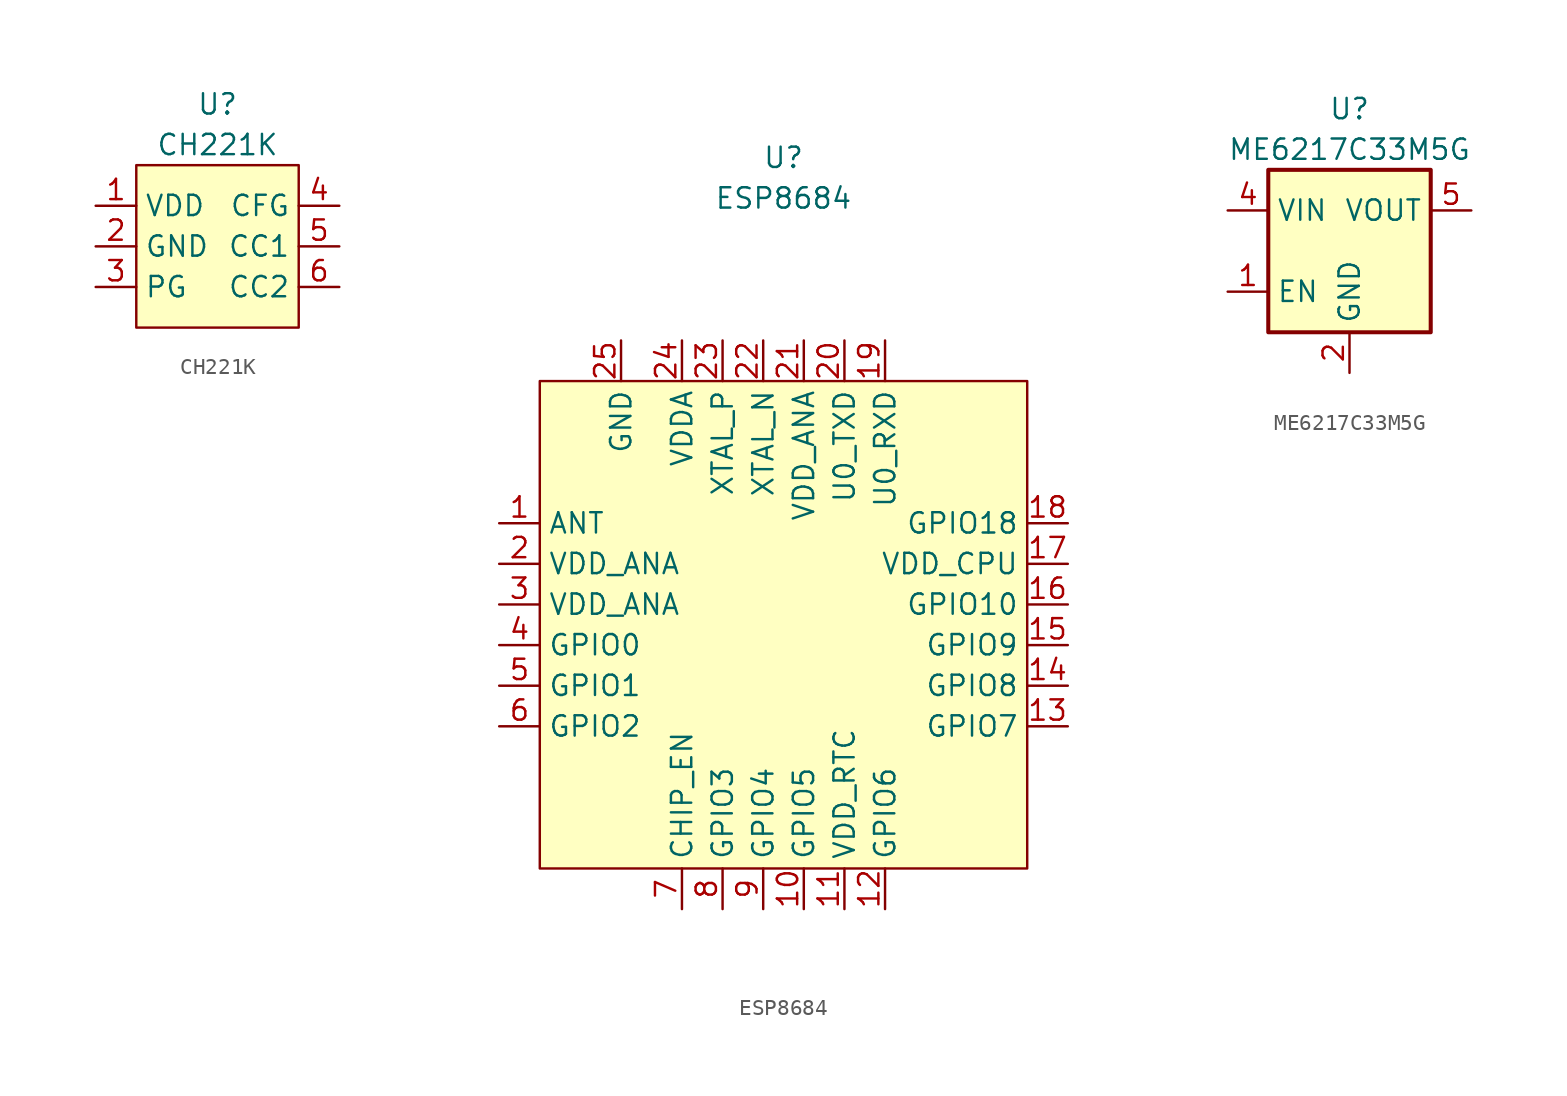
<source format=kicad_sym>
(kicad_symbol_lib
  (version 20211014)
  (generator kicad_symbol_editor)
  (symbol "CH221K"
    (property "Reference" "U"
      (at 0 8.89 0)
      (effects (font (size 1.27 1.27))))
    (property "Value" "CH221K"
      (at 0 6.35 0)
      (effects (font (size 1.27 1.27))))
    (symbol "CH221K_0_0"
      (pin power_in line (at -7.62 2.54 0) (length 2.54) (name "VDD" (effects (font (size 1.27 1.27)))) (number "1" (effects (font (size 1.27 1.27)))))
      (pin power_in line (at -7.62 0 0) (length 2.54) (name "GND" (effects (font (size 1.27 1.27)))) (number "2" (effects (font (size 1.27 1.27)))))
      (pin output line (at -7.62 -2.54 0) (length 2.54) (name "PG" (effects (font (size 1.27 1.27)))) (number "3" (effects (font (size 1.27 1.27)))))
      (pin input line (at 7.62 2.54 180) (length 2.54) (name "CFG" (effects (font (size 1.27 1.27)))) (number "4" (effects (font (size 1.27 1.27)))))
      (pin bidirectional line (at 7.62 0 180) (length 2.54) (name "CC1" (effects (font (size 1.27 1.27)))) (number "5" (effects (font (size 1.27 1.27)))))
      (pin bidirectional line (at 7.62 -2.54 180) (length 2.54) (name "CC2" (effects (font (size 1.27 1.27)))) (number "6" (effects (font (size 1.27 1.27))))))
    (symbol "CH221K_0_1"
      (rectangle (start -5.08 5.08) (end 5.08 -5.08) (stroke (width 0) (type default) (color 0 0 0 0)) (fill (type background)))))
  (symbol "ESP8684"
    (property "Reference" "U"
      (at 0 29.21 0)
      (effects (font (size 1.27 1.27))))
    (property "Value" "ESP8684"
      (at 0 26.67 0)
      (effects (font (size 1.27 1.27))))
    (symbol "ESP8684_0_0"
      (pin bidirectional line (at -17.78 6.35 0) (length 2.54) (name "ANT" (effects (font (size 1.27 1.27)))) (number "1" (effects (font (size 1.27 1.27)))))
      (pin bidirectional line (at 1.27 -17.78 90) (length 2.54) (name "GPIO5" (effects (font (size 1.27 1.27)))) (number "10" (effects (font (size 1.27 1.27)))))
      (pin power_in line (at 3.81 -17.78 90) (length 2.54) (name "VDD_RTC" (effects (font (size 1.27 1.27)))) (number "11" (effects (font (size 1.27 1.27)))))
      (pin bidirectional line (at 6.35 -17.78 90) (length 2.54) (name "GPIO6" (effects (font (size 1.27 1.27)))) (number "12" (effects (font (size 1.27 1.27)))))
      (pin bidirectional line (at 17.78 -6.35 180) (length 2.54) (name "GPIO7" (effects (font (size 1.27 1.27)))) (number "13" (effects (font (size 1.27 1.27)))))
      (pin bidirectional line (at 17.78 -3.81 180) (length 2.54) (name "GPIO8" (effects (font (size 1.27 1.27)))) (number "14" (effects (font (size 1.27 1.27)))))
      (pin bidirectional line (at 17.78 -1.27 180) (length 2.54) (name "GPIO9" (effects (font (size 1.27 1.27)))) (number "15" (effects (font (size 1.27 1.27)))))
      (pin bidirectional line (at 17.78 1.27 180) (length 2.54) (name "GPIO10" (effects (font (size 1.27 1.27)))) (number "16" (effects (font (size 1.27 1.27)))))
      (pin power_in line (at 17.78 3.81 180) (length 2.54) (name "VDD_CPU" (effects (font (size 1.27 1.27)))) (number "17" (effects (font (size 1.27 1.27)))))
      (pin bidirectional line (at 17.78 6.35 180) (length 2.54) (name "GPIO18" (effects (font (size 1.27 1.27)))) (number "18" (effects (font (size 1.27 1.27)))))
      (pin bidirectional line (at 6.35 17.78 270) (length 2.54) (name "U0_RXD" (effects (font (size 1.27 1.27)))) (number "19" (effects (font (size 1.27 1.27)))))
      (pin power_in line (at -17.78 3.81 0) (length 2.54) (name "VDD_ANA" (effects (font (size 1.27 1.27)))) (number "2" (effects (font (size 1.27 1.27)))))
      (pin bidirectional line (at 3.81 17.78 270) (length 2.54) (name "U0_TXD" (effects (font (size 1.27 1.27)))) (number "20" (effects (font (size 1.27 1.27)))))
      (pin power_in line (at 1.27 17.78 270) (length 2.54) (name "VDD_ANA" (effects (font (size 1.27 1.27)))) (number "21" (effects (font (size 1.27 1.27)))))
      (pin output line (at -1.27 17.78 270) (length 2.54) (name "XTAL_N" (effects (font (size 1.27 1.27)))) (number "22" (effects (font (size 1.27 1.27)))))
      (pin output line (at -3.81 17.78 270) (length 2.54) (name "XTAL_P" (effects (font (size 1.27 1.27)))) (number "23" (effects (font (size 1.27 1.27)))))
      (pin power_in line (at -6.35 17.78 270) (length 2.54) (name "VDDA" (effects (font (size 1.27 1.27)))) (number "24" (effects (font (size 1.27 1.27)))))
      (pin power_in line (at -10.16 17.78 270) (length 2.54) (name "GND" (effects (font (size 1.27 1.27)))) (number "25" (effects (font (size 1.27 1.27)))))
      (pin power_in line (at -17.78 1.27 0) (length 2.54) (name "VDD_ANA" (effects (font (size 1.27 1.27)))) (number "3" (effects (font (size 1.27 1.27)))))
      (pin bidirectional line (at -17.78 -1.27 0) (length 2.54) (name "GPIO0" (effects (font (size 1.27 1.27)))) (number "4" (effects (font (size 1.27 1.27)))))
      (pin bidirectional line (at -17.78 -3.81 0) (length 2.54) (name "GPIO1" (effects (font (size 1.27 1.27)))) (number "5" (effects (font (size 1.27 1.27)))))
      (pin bidirectional line (at -17.78 -6.35 0) (length 2.54) (name "GPIO2" (effects (font (size 1.27 1.27)))) (number "6" (effects (font (size 1.27 1.27)))))
      (pin input line (at -6.35 -17.78 90) (length 2.54) (name "CHIP_EN" (effects (font (size 1.27 1.27)))) (number "7" (effects (font (size 1.27 1.27)))))
      (pin bidirectional line (at -3.81 -17.78 90) (length 2.54) (name "GPIO3" (effects (font (size 1.27 1.27)))) (number "8" (effects (font (size 1.27 1.27)))))
      (pin bidirectional line (at -1.27 -17.78 90) (length 2.54) (name "GPIO4" (effects (font (size 1.27 1.27)))) (number "9" (effects (font (size 1.27 1.27))))))
    (symbol "ESP8684_0_1"
      (rectangle (start -15.24 15.24) (end 15.24 -15.24) (stroke (width 0) (type default) (color 0 0 0 0)) (fill (type background)))))
  (symbol "ME6217C33M5G"
    (property "Reference" "U"
      (at 0 8.89 0)
      (effects (font (size 1.27 1.27))))
    (property "Value" "ME6217C33M5G"
      (at 0 6.35 0)
      (effects (font (size 1.27 1.27))))
    (symbol "ME6217C33M5G_0_1"
      (rectangle (start -5.08 5.08) (end 5.08 -5.08) (stroke (width 0.254) (type default) (color 0 0 0 0)) (fill (type background))))
    (symbol "ME6217C33M5G_1_1"
      (pin input line (at -7.62 -2.54 0) (length 2.54) (name "EN" (effects (font (size 1.27 1.27)))) (number "1" (effects (font (size 1.27 1.27)))))
      (pin power_in line (at 0 -7.62 90) (length 2.54) (name "GND" (effects (font (size 1.27 1.27)))) (number "2" (effects (font (size 1.27 1.27)))))
      (pin no_connect line (at 7.62 0 180) (length 2.54) hide (name "NC" (effects (font (size 1.27 1.27)))) (number "3" (effects (font (size 1.27 1.27)))))
      (pin power_in line (at -7.62 2.54 0) (length 2.54) (name "VIN" (effects (font (size 1.27 1.27)))) (number "4" (effects (font (size 1.27 1.27)))))
      (pin power_out line (at 7.62 2.54 180) (length 2.54) (name "VOUT" (effects (font (size 1.27 1.27)))) (number "5" (effects (font (size 1.27 1.27))))))))
</source>
